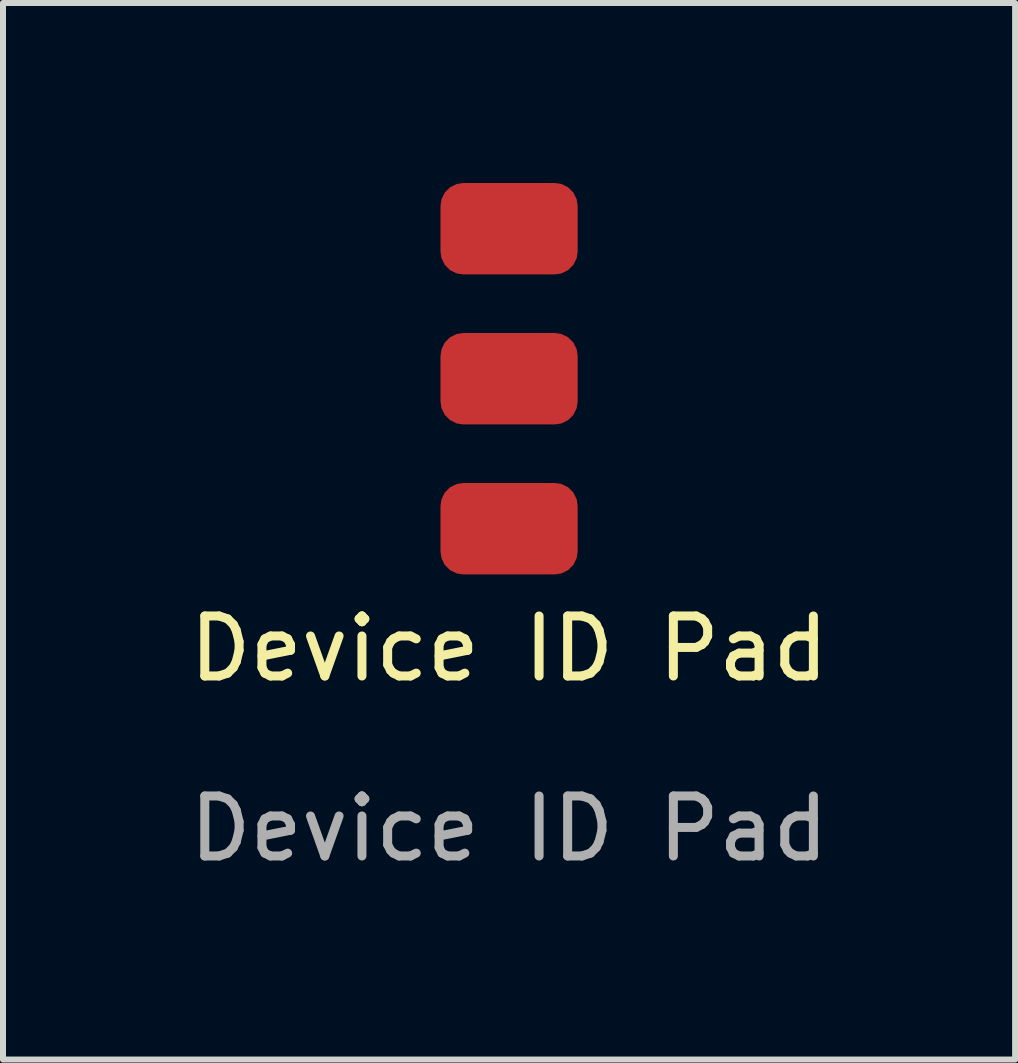
<source format=kicad_pcb>
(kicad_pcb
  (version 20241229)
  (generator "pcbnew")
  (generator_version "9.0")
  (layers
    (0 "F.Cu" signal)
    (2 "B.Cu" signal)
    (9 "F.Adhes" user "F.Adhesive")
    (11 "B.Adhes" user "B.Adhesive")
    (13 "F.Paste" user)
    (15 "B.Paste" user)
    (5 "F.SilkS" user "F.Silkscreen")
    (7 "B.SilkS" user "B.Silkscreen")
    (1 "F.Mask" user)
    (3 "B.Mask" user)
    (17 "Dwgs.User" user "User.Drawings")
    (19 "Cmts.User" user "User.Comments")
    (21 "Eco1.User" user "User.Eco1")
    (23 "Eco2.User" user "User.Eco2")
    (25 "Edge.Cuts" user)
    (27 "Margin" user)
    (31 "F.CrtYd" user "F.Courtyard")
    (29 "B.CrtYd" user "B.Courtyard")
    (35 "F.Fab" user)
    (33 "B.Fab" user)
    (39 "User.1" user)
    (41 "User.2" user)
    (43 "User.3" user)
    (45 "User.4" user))
  (footprint "Device ID Pad"
    (layer "F.Cu")
    (at 5.435 8.262)
    (property "Reference" "Device ID Pad" (at 0 -0.5 0) (unlocked yes) (layer "F.SilkS") (effects (font (size 1 1) (thickness 0.15))))
    (attr smd)
    (fp_text user "${REFERENCE}" (at 0 2.5 0) (unlocked yes) (layer "F.Fab") (effects (font (size 1 1) (thickness 0.15))))
    (pad "1" smd roundrect (at 0 -2.5) (size 2.286 1.524) (layers "F.Cu" "F.Mask" "F.Paste") (roundrect_rratio 0.25))
    (pad "2" smd roundrect (at 0 -5) (size 2.286 1.524) (layers "F.Cu" "F.Mask" "F.Paste") (roundrect_rratio 0.25))
    (pad "3" smd roundrect (at 0 -7.5) (size 2.286 1.524) (layers "F.Cu" "F.Mask" "F.Paste") (roundrect_rratio 0.25)))
  (gr_rect
    (start -3 -3)
    (end 13.869 14.61)
    (stroke (width 0.1) (type default))
    (fill no)
    (layer "Edge.Cuts")))
</source>
